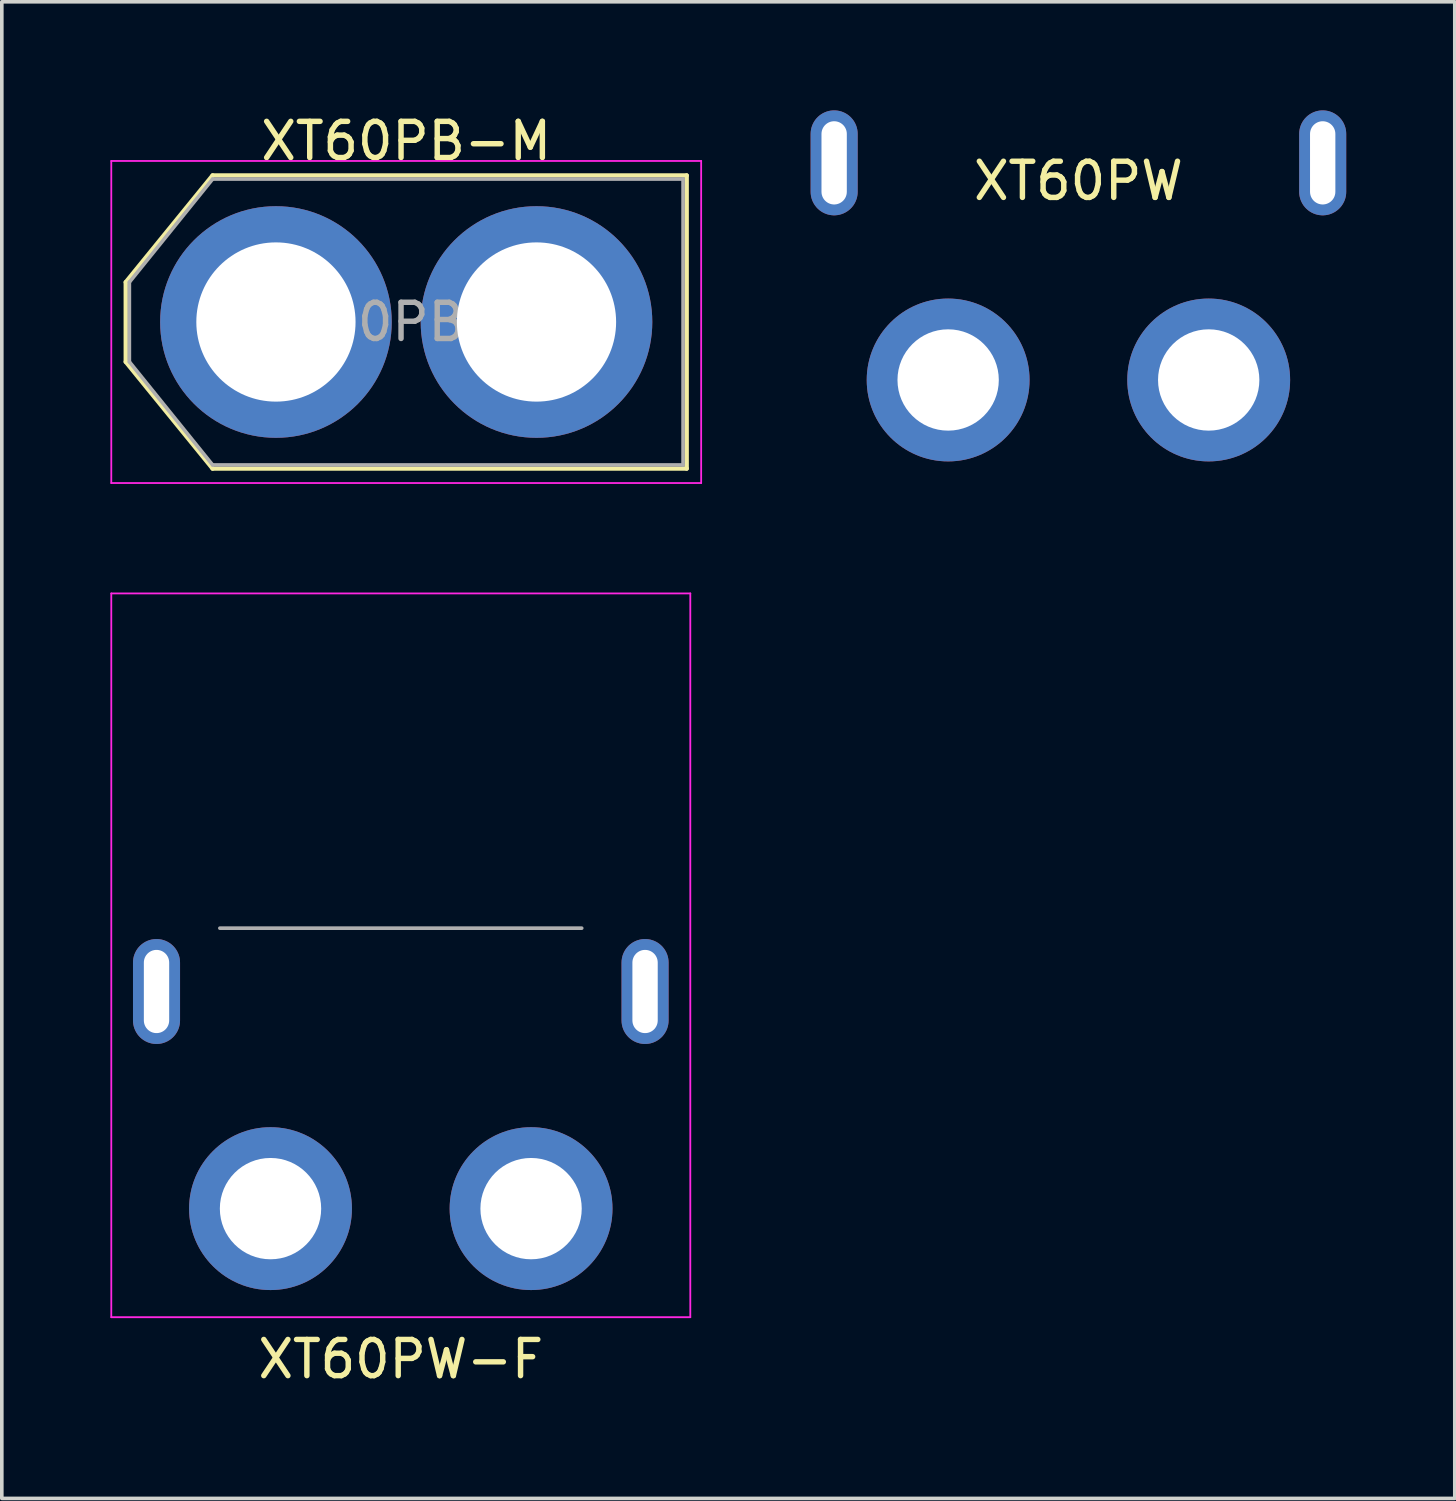
<source format=kicad_pcb>
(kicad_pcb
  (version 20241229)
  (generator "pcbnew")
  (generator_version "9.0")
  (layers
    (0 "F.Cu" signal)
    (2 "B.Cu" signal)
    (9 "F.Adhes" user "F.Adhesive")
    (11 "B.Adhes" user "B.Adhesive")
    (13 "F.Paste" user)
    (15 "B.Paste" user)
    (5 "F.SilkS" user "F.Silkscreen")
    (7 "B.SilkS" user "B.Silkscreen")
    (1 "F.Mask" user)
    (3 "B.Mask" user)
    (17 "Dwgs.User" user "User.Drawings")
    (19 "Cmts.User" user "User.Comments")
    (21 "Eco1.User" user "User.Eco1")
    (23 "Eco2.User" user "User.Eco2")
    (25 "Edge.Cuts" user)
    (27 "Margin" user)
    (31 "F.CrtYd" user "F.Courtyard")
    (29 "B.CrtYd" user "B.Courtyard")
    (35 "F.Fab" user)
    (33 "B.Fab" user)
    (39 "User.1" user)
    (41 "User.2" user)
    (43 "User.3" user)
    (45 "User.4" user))
  (footprint "XT60PB-M"
    (layer "F.Cu")
    (at 8.175 5.848)
    (property "Reference" "XT60PB-M" (at 0 -5 0) (layer "F.SilkS") (effects (font (size 1 1) (thickness 0.15))))
    (attr through_hole)
    (fp_line (start -7.75 -1.1) (end -7.75 1.1) (stroke (width 0.12) (type solid)) (layer "F.SilkS"))
    (fp_line (start -7.75 1.1) (end -5.35 4.05) (stroke (width 0.12) (type solid)) (layer "F.SilkS"))
    (fp_line (start -5.35 -4.05) (end -7.75 -1.1) (stroke (width 0.12) (type solid)) (layer "F.SilkS"))
    (fp_line (start -5.35 -4.05) (end 7.75 -4.05) (stroke (width 0.12) (type solid)) (layer "F.SilkS"))
    (fp_line (start -5.35 4.05) (end 7.75 4.05) (stroke (width 0.12) (type solid)) (layer "F.SilkS"))
    (fp_line (start 7.75 -4.05) (end 7.75 4.05) (stroke (width 0.12) (type solid)) (layer "F.SilkS"))
    (fp_line (start -8.15 -4.45) (end 8.15 -4.45) (stroke (width 0.05) (type solid)) (layer "F.CrtYd"))
    (fp_line (start -8.15 4.45) (end -8.15 -4.45) (stroke (width 0.05) (type solid)) (layer "F.CrtYd"))
    (fp_line (start 8.15 -4.45) (end 8.15 4.45) (stroke (width 0.05) (type solid)) (layer "F.CrtYd"))
    (fp_line (start 8.15 4.45) (end -8.15 4.45) (stroke (width 0.05) (type solid)) (layer "F.CrtYd"))
    (fp_line (start -7.65 -1.1) (end -5.35 -3.95) (stroke (width 0.1) (type solid)) (layer "F.Fab"))
    (fp_line (start -7.65 1.1) (end -7.65 -1.1) (stroke (width 0.1) (type solid)) (layer "F.Fab"))
    (fp_line (start -5.35 -3.95) (end 7.65 -3.95) (stroke (width 0.1) (type solid)) (layer "F.Fab"))
    (fp_line (start -5.35 3.95) (end -7.65 1.1) (stroke (width 0.1) (type solid)) (layer "F.Fab"))
    (fp_line (start 7.65 3.95) (end -5.35 3.95) (stroke (width 0.1) (type solid)) (layer "F.Fab"))
    (fp_line (start 7.65 3.95) (end 7.65 -3.95) (stroke (width 0.1) (type solid)) (layer "F.Fab"))
    (fp_text user "${REFERENCE}" (at 0 0 0) (layer "F.Fab") (effects (font (size 1 1) (thickness 0.15))))
    (pad "1" thru_hole circle (at -3.6 0) (size 6.4 6.4) (drill 4.4) (layers "*.Cu" "*.Mask"))
    (pad "2" thru_hole circle (at 3.6 0 90) (size 6.4 6.4) (drill 4.4) (layers "*.Cu" "*.Mask")))
  (footprint "XT60PW"
    (layer "F.Cu")
    (at 26.75 1.45)
    (property "Reference" "XT60PW" (at 0 0.5 0) (layer "F.SilkS") (effects (font (size 1 1) (thickness 0.15))))
    (attr through_hole)
    (pad "1" thru_hole circle (at -3.6 6) (size 4.5 4.5) (drill 2.8) (layers "*.Cu" "*.Mask"))
    (pad "2" thru_hole circle (at 3.6 6 90) (size 4.5 4.5) (drill 2.8) (layers "*.Cu" "*.Mask"))
    (pad "3" thru_hole oval (at -6.75 0 90) (size 2.9 1.3) (drill oval 2.3 0.7) (layers "*.Cu" "*.Mask"))
    (pad "4" thru_hole oval (at 6.75 0 90) (size 2.9 1.3) (drill oval 2.3 0.7) (layers "*.Cu" "*.Mask")))
  (footprint "XT60PW-F"
    (layer "F.Cu")
    (at 8.025 24.348)
    (property "Reference" "XT60PW-F" (at 0 10.16 0) (layer "F.SilkS") (effects (font (size 1 1) (thickness 0.15))))
    (attr through_hole)
    (fp_line (start -8 -11) (end 8 -11) (stroke (width 0.05) (type solid)) (layer "F.CrtYd"))
    (fp_line (start -8 9) (end -8 -11) (stroke (width 0.05) (type solid)) (layer "F.CrtYd"))
    (fp_line (start 8 -11) (end 8 9) (stroke (width 0.05) (type solid)) (layer "F.CrtYd"))
    (fp_line (start 8 9) (end -8 9) (stroke (width 0.05) (type solid)) (layer "F.CrtYd"))
    (fp_line (start -5 -1.75) (end 5 -1.75) (stroke (width 0.1) (type solid)) (layer "F.Fab"))
    (pad "1" thru_hole circle (at 3.6 6 90) (size 4.5 4.5) (drill 2.8) (layers "*.Cu" "*.Mask"))
    (pad "2" thru_hole circle (at -3.6 6) (size 4.5 4.5) (drill 2.8) (layers "*.Cu" "*.Mask"))
    (pad "MP" thru_hole oval (at -6.75 0 90) (size 2.9 1.3) (drill oval 2.3 0.7) (layers "*.Cu" "*.Mask"))
    (pad "MP" thru_hole oval (at 6.75 0 90) (size 2.9 1.3) (drill oval 2.3 0.7) (layers "*.Cu" "*.Mask")))
  (gr_rect
    (start -3 -3)
    (end 37.15 38.356)
    (stroke (width 0.1) (type default))
    (fill no)
    (layer "Edge.Cuts")))
</source>
